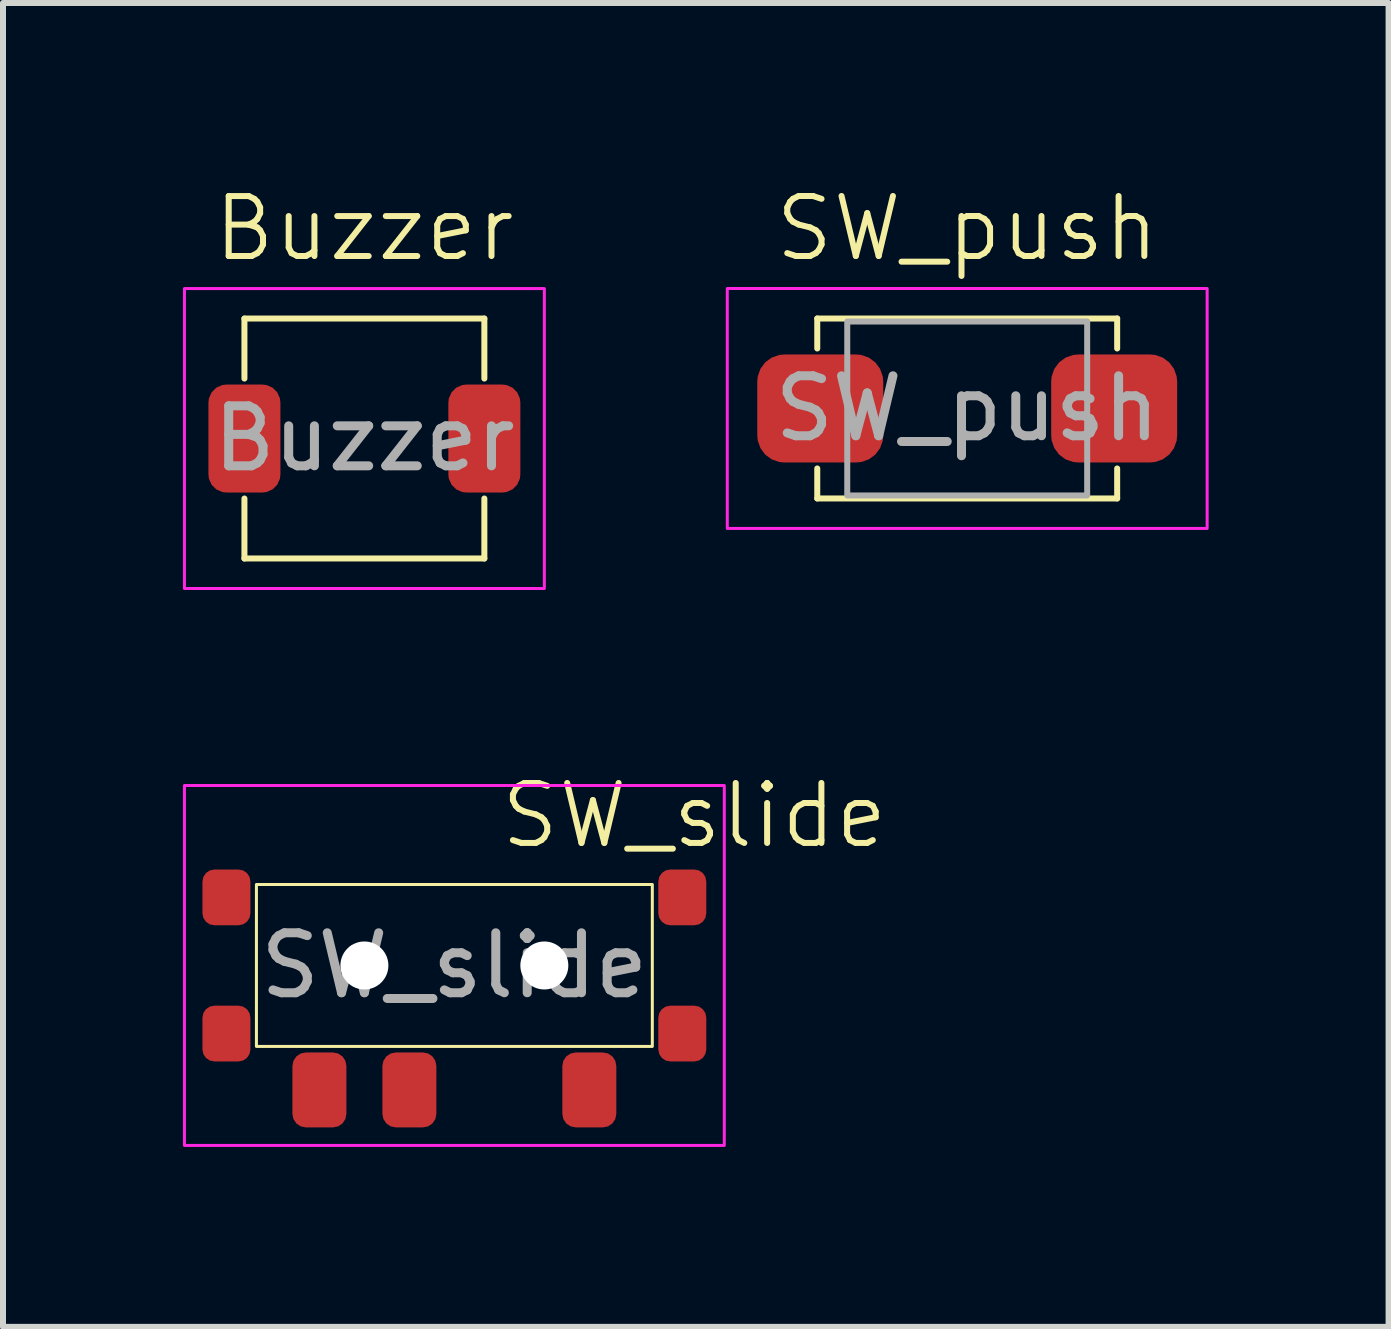
<source format=kicad_pcb>
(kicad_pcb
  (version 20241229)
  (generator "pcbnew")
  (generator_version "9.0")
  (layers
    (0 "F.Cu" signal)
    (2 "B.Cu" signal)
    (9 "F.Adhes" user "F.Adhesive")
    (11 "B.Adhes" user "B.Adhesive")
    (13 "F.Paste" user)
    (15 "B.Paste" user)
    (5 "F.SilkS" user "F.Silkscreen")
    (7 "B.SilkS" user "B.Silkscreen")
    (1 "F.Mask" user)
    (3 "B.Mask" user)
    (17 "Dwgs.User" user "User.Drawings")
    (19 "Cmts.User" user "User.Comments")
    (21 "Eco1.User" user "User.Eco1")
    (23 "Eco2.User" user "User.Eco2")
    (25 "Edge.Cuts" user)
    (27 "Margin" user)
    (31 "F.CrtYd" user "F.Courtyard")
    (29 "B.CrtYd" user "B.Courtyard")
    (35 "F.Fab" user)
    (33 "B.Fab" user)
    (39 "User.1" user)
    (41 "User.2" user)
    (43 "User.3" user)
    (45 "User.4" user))
  (footprint "Buzzer"
    (layer "F.Cu")
    (at 3.025 4.261)
    (property "Reference" "Buzzer" (at 0 -3.5 0) (unlocked yes) (layer "F.SilkS") (effects (font (size 1 1) (thickness 0.1))))
    (attr smd)
    (fp_line (start -2 -2) (end -2 -1) (stroke (width 0.1) (type default)) (layer "F.SilkS"))
    (fp_line (start -2 -2) (end 2 -2) (stroke (width 0.1) (type default)) (layer "F.SilkS"))
    (fp_line (start -2 2) (end -2 1) (stroke (width 0.1) (type default)) (layer "F.SilkS"))
    (fp_line (start -2 2) (end 2 2) (stroke (width 0.1) (type default)) (layer "F.SilkS"))
    (fp_line (start 2 -2) (end 2 -1) (stroke (width 0.1) (type default)) (layer "F.SilkS"))
    (fp_line (start 2 2) (end 2 1) (stroke (width 0.1) (type default)) (layer "F.SilkS"))
    (fp_rect (start -3 -2.5) (end 3 2.5) (stroke (width 0.05) (type default)) (fill no) (layer "F.CrtYd"))
    (fp_text user "${REFERENCE}" (at 0 0 0) (unlocked yes) (layer "F.Fab") (effects (font (size 1 1) (thickness 0.15))))
    (pad "1" smd roundrect (at -2 0) (size 1.2 1.8) (layers "F.Cu" "F.Mask" "F.Paste") (roundrect_rratio 0.25))
    (pad "2" smd roundrect (at 2 0) (size 1.2 1.8) (layers "F.Cu" "F.Mask" "F.Paste") (roundrect_rratio 0.25)))
  (footprint "SW_slide"
    (layer "F.Cu")
    (at 4.525 13.046)
    (property "Reference" "SW_slide" (at 4 -2.5 0) (unlocked yes) (layer "F.SilkS") (effects (font (size 1 1) (thickness 0.1))))
    (attr smd)
    (fp_rect (start -3.3 -1.35) (end 3.3 1.35) (stroke (width 0.05) (type default)) (fill no) (layer "F.SilkS"))
    (fp_rect (start -4.5 -3) (end 4.5 3) (stroke (width 0.05) (type default)) (fill no) (layer "F.CrtYd"))
    (fp_line (start -1.5 -2.85) (end -0.2 -2.85) (stroke (width 0.05) (type default)) (layer "User.1"))
    (fp_line (start -1.5 -1.35) (end -1.5 -2.85) (stroke (width 0.05) (type default)) (layer "User.1"))
    (fp_line (start -0.2 -2.85) (end -0.2 -1.35) (stroke (width 0.05) (type default)) (layer "User.1"))
    (fp_line (start 0.2 -2.85) (end 1.5 -2.85) (stroke (width 0.05) (type default)) (layer "User.1"))
    (fp_line (start 0.2 -1.35) (end 0.2 -2.85) (stroke (width 0.05) (type default)) (layer "User.1"))
    (fp_line (start 1.5 -1.35) (end 1.5 -2.85) (stroke (width 0.05) (type default)) (layer "User.1"))
    (fp_text user "${REFERENCE}" (at 0 0 0) (unlocked yes) (layer "F.Fab") (effects (font (size 1 1) (thickness 0.15))))
    (pad "" np_thru_hole circle (at -1.5 0) (size 0.8 0.8) (drill 0.8) (layers "*.Cu" "*.Mask"))
    (pad "" np_thru_hole circle (at 1.5 0) (size 0.8 0.8) (drill 0.8) (layers "*.Cu" "*.Mask"))
    (pad "1" smd roundrect (at -2.25 2.075 90) (size 1.25 0.9) (layers "F.Cu" "F.Mask" "F.Paste") (roundrect_rratio 0.25))
    (pad "2" smd roundrect (at -0.75 2.075 90) (size 1.25 0.9) (layers "F.Cu" "F.Mask" "F.Paste") (roundrect_rratio 0.25))
    (pad "3" smd roundrect (at 2.25 2.075 90) (size 1.25 0.9) (layers "F.Cu" "F.Mask" "F.Paste") (roundrect_rratio 0.25))
    (pad "4" smd roundrect (at -3.8 -1.135 180) (size 0.8 0.93) (layers "F.Cu" "F.Mask" "F.Paste") (roundrect_rratio 0.25))
    (pad "4" smd roundrect (at -3.8 1.135 180) (size 0.8 0.93) (layers "F.Cu" "F.Mask" "F.Paste") (roundrect_rratio 0.25))
    (pad "4" smd roundrect (at 3.8 -1.135 180) (size 0.8 0.93) (layers "F.Cu" "F.Mask" "F.Paste") (roundrect_rratio 0.25))
    (pad "4" smd roundrect (at 3.8 1.135 180) (size 0.8 0.93) (layers "F.Cu" "F.Mask" "F.Paste") (roundrect_rratio 0.25)))
  (footprint "SW_push"
    (layer "F.Cu")
    (at 13.075 3.76)
    (property "Reference" "SW_push" (at 0 -3 0) (unlocked yes) (layer "F.SilkS") (effects (font (size 1 1) (thickness 0.1))))
    (attr smd)
    (fp_line (start -2.5 -1.5) (end 2.5 -1.5) (stroke (width 0.1) (type default)) (layer "F.SilkS"))
    (fp_line (start -2.5 -1) (end -2.5 -1.5) (stroke (width 0.1) (type default)) (layer "F.SilkS"))
    (fp_line (start -2.5 1) (end -2.5 1.5) (stroke (width 0.1) (type default)) (layer "F.SilkS"))
    (fp_line (start -2.5 1.5) (end 2.5 1.5) (stroke (width 0.1) (type default)) (layer "F.SilkS"))
    (fp_line (start 2.5 -1.5) (end 2.5 -1) (stroke (width 0.1) (type default)) (layer "F.SilkS"))
    (fp_line (start 2.5 1.5) (end 2.5 1) (stroke (width 0.1) (type default)) (layer "F.SilkS"))
    (fp_rect (start -4 -2) (end 4 2) (stroke (width 0.05) (type default)) (fill no) (layer "F.CrtYd"))
    (fp_rect (start -2 -1.45) (end 2 1.45) (stroke (width 0.1) (type default)) (fill no) (layer "F.Fab"))
    (fp_text user "${REFERENCE}" (at 0 0 0) (unlocked yes) (layer "F.Fab") (effects (font (size 1 1) (thickness 0.15))))
    (pad "1" smd roundrect (at -2.45 0) (size 2.1 1.8) (layers "F.Cu" "F.Mask" "F.Paste") (roundrect_rratio 0.25))
    (pad "2" smd roundrect (at 2.45 0) (size 2.1 1.8) (layers "F.Cu" "F.Mask" "F.Paste") (roundrect_rratio 0.25)))
  (gr_rect
    (start -3 -3)
    (end 20.1 19.071)
    (stroke (width 0.1) (type default))
    (fill no)
    (layer "Edge.Cuts")))
</source>
